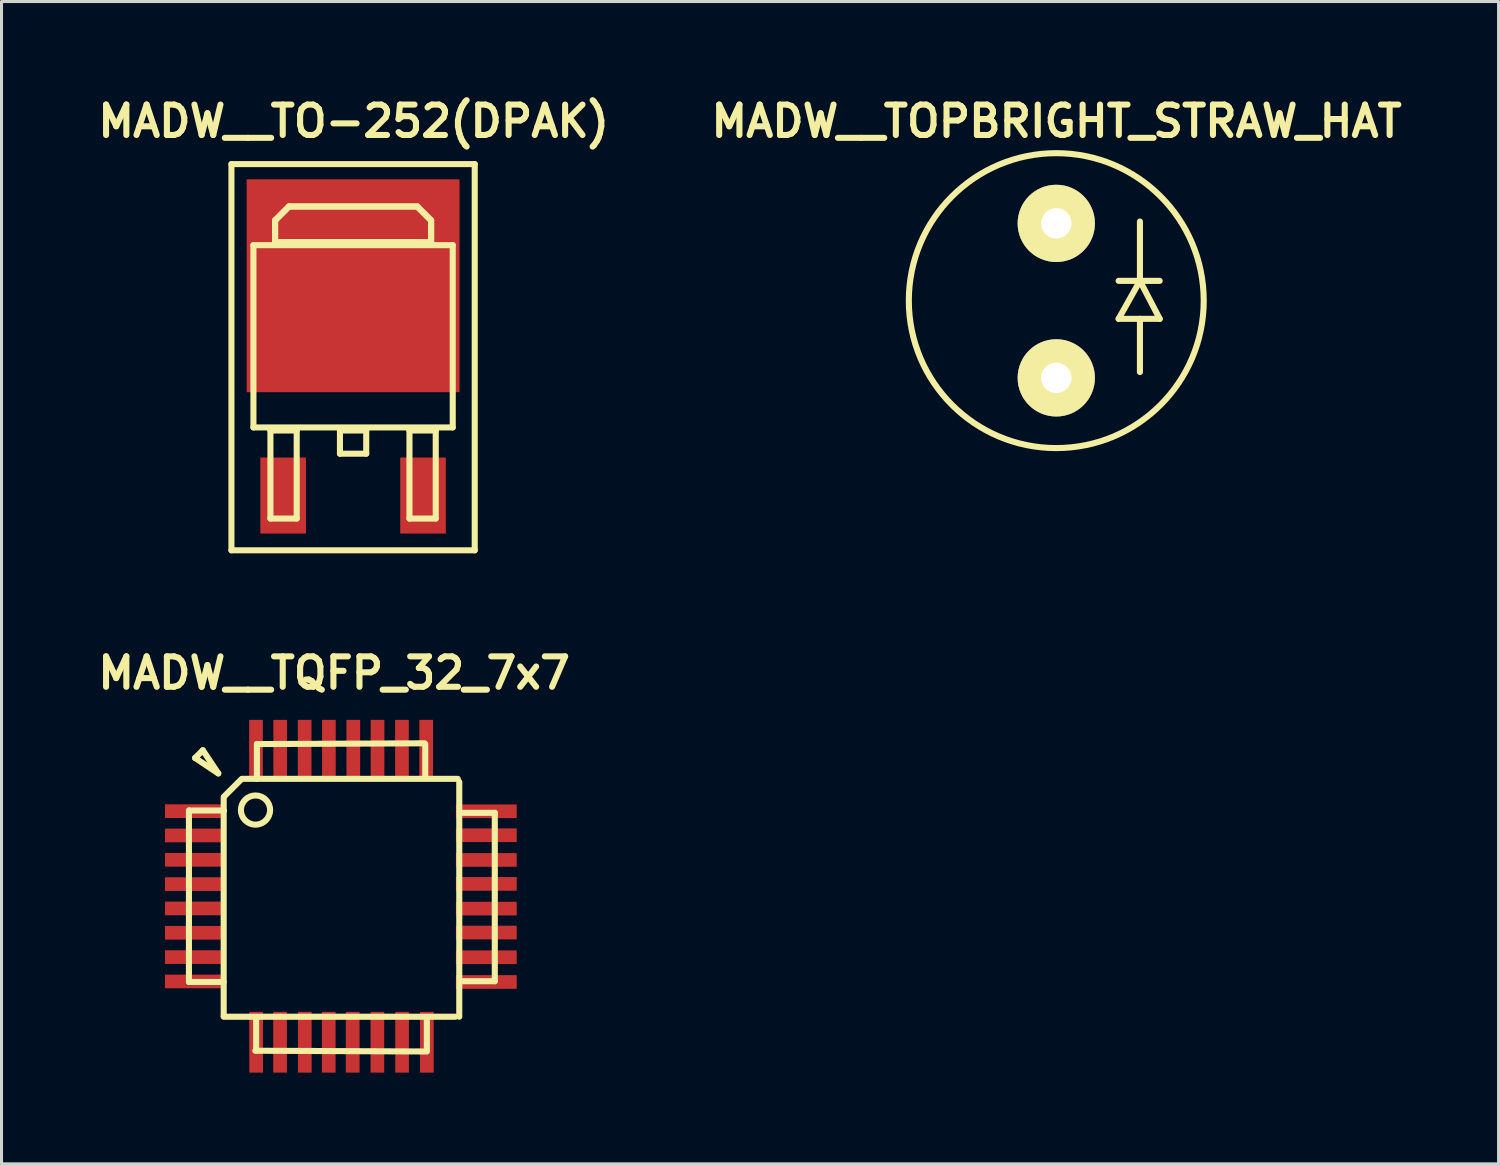
<source format=kicad_pcb>
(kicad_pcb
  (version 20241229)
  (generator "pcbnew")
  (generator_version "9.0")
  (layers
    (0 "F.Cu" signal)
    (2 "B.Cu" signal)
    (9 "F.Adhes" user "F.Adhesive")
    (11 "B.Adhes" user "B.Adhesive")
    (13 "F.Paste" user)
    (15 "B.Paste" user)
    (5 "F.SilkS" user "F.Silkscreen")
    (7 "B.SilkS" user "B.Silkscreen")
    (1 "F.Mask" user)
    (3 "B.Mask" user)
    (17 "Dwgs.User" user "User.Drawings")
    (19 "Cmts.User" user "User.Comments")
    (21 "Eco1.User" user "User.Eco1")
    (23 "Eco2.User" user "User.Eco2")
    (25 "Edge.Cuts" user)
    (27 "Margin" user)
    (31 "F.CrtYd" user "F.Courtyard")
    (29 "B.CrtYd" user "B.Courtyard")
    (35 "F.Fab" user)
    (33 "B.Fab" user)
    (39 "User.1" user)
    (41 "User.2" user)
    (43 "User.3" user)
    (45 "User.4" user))
  (footprint "MADW__TOPBRIGHT_STRAW_HAT"
    (layer "F.Cu")
    (at 31.685 6.836)
    (property "Reference" "MADW__TOPBRIGHT_STRAW_HAT" (at 0.01 -5.9 0) (layer "F.SilkS") (effects (font (size 1 1) (thickness 0.2))))
    (attr through_hole)
    (fp_line (start 2.05 -0.65) (end 3.401 -0.65) (stroke (width 0.2) (type solid)) (layer "F.SilkS"))
    (fp_line (start 2.05 0.599) (end 3.401 0.599) (stroke (width 0.2) (type solid)) (layer "F.SilkS"))
    (fp_line (start 2.751 -0.65) (end 2.05 0.599) (stroke (width 0.2) (type solid)) (layer "F.SilkS"))
    (fp_line (start 2.751 -0.65) (end 2.751 -2.601) (stroke (width 0.2) (type solid)) (layer "F.SilkS"))
    (fp_line (start 2.751 0.599) (end 2.751 2.349) (stroke (width 0.2) (type solid)) (layer "F.SilkS"))
    (fp_line (start 3.401 0.599) (end 2.751 -0.65) (stroke (width 0.2) (type solid)) (layer "F.SilkS"))
    (fp_circle (center 0 0) (end 4.849 0) (stroke (width 0.2) (type solid)) (fill no) (layer "F.SilkS"))
    (pad "1" thru_hole circle (at 0 2.54) (size 2.54 2.54) (drill 1.001) (layers "*.Cu" "*.Mask" "F.SilkS"))
    (pad "2" thru_hole circle (at 0 -2.54) (size 2.54 2.54) (drill 1.001) (layers "*.Cu" "*.Mask" "F.SilkS")))
  (footprint "MADW__TO-252(DPAK)"
    (layer "F.Cu")
    (at 8.561 8.846)
    (property "Reference" "MADW__TO-252(DPAK)" (at 0.02 -7.91 0) (layer "F.SilkS") (effects (font (size 1 1) (thickness 0.2))))
    (attr smd)
    (fp_line (start -4 -6.5) (end 4 -6.5) (stroke (width 0.2) (type solid)) (layer "F.SilkS"))
    (fp_line (start -4 6.2) (end -4 -6.5) (stroke (width 0.2) (type solid)) (layer "F.SilkS"))
    (fp_line (start -3.277 -3.833) (end 3.277 -3.833) (stroke (width 0.2) (type solid)) (layer "F.SilkS"))
    (fp_line (start -3.277 2.159) (end -3.277 -3.835) (stroke (width 0.2) (type solid)) (layer "F.SilkS"))
    (fp_line (start -2.718 2.261) (end -1.854 2.261) (stroke (width 0.2) (type solid)) (layer "F.SilkS"))
    (fp_line (start -2.718 5.156) (end -2.718 2.261) (stroke (width 0.2) (type solid)) (layer "F.SilkS"))
    (fp_line (start -2.718 5.156) (end -1.854 5.156) (stroke (width 0.2) (type solid)) (layer "F.SilkS"))
    (fp_line (start -2.565 -4.648) (end -2.108 -5.105) (stroke (width 0.2) (type solid)) (layer "F.SilkS"))
    (fp_line (start -2.565 -4.648) (end -2.108 -5.105) (stroke (width 0.2) (type solid)) (layer "F.SilkS"))
    (fp_line (start -2.565 -3.937) (end -2.565 -4.648) (stroke (width 0.2) (type solid)) (layer "F.SilkS"))
    (fp_line (start -2.565 -3.937) (end -2.565 -4.648) (stroke (width 0.2) (type solid)) (layer "F.SilkS"))
    (fp_line (start -2.108 -5.105) (end 2.108 -5.105) (stroke (width 0.2) (type solid)) (layer "F.SilkS"))
    (fp_line (start -2.108 -5.105) (end 2.108 -5.105) (stroke (width 0.2) (type solid)) (layer "F.SilkS"))
    (fp_line (start -1.854 5.156) (end -1.854 2.261) (stroke (width 0.2) (type solid)) (layer "F.SilkS"))
    (fp_line (start -0.432 2.261) (end 0.432 2.261) (stroke (width 0.2) (type solid)) (layer "F.SilkS"))
    (fp_line (start -0.432 3.023) (end -0.432 2.261) (stroke (width 0.2) (type solid)) (layer "F.SilkS"))
    (fp_line (start -0.432 3.023) (end 0.432 3.023) (stroke (width 0.2) (type solid)) (layer "F.SilkS"))
    (fp_line (start 0.432 3.023) (end 0.432 2.261) (stroke (width 0.2) (type solid)) (layer "F.SilkS"))
    (fp_line (start 1.854 2.261) (end 2.718 2.261) (stroke (width 0.2) (type solid)) (layer "F.SilkS"))
    (fp_line (start 1.854 5.156) (end 1.854 2.261) (stroke (width 0.2) (type solid)) (layer "F.SilkS"))
    (fp_line (start 1.854 5.156) (end 2.718 5.156) (stroke (width 0.2) (type solid)) (layer "F.SilkS"))
    (fp_line (start 2.108 -5.105) (end 2.565 -4.648) (stroke (width 0.2) (type solid)) (layer "F.SilkS"))
    (fp_line (start 2.108 -5.105) (end 2.565 -4.648) (stroke (width 0.2) (type solid)) (layer "F.SilkS"))
    (fp_line (start 2.565 -4.648) (end 2.565 -3.937) (stroke (width 0.2) (type solid)) (layer "F.SilkS"))
    (fp_line (start 2.565 -4.648) (end 2.565 -3.937) (stroke (width 0.2) (type solid)) (layer "F.SilkS"))
    (fp_line (start 2.565 -3.937) (end -2.565 -3.937) (stroke (width 0.2) (type solid)) (layer "F.SilkS"))
    (fp_line (start 2.565 -3.937) (end -2.565 -3.937) (stroke (width 0.2) (type solid)) (layer "F.SilkS"))
    (fp_line (start 2.718 5.156) (end 2.718 2.261) (stroke (width 0.2) (type solid)) (layer "F.SilkS"))
    (fp_line (start 3.277 -3.835) (end 3.277 2.159) (stroke (width 0.2) (type solid)) (layer "F.SilkS"))
    (fp_line (start 3.277 2.159) (end -3.277 2.159) (stroke (width 0.2) (type solid)) (layer "F.SilkS"))
    (fp_line (start 4 -6.5) (end 4 6.2) (stroke (width 0.2) (type solid)) (layer "F.SilkS"))
    (fp_line (start 4 6.2) (end -4 6.2) (stroke (width 0.2) (type solid)) (layer "F.SilkS"))
    (pad "1" smd rect (at -2.3 4.4) (size 1.5 2.5) (layers "F.Cu" "F.Mask" "F.Paste"))
    (pad "2" smd rect (at 0 -2.499) (size 7 7) (layers "F.Cu" "F.Mask" "F.Paste"))
    (pad "3" smd rect (at 2.3 4.4) (size 1.5 2.5) (layers "F.Cu" "F.Mask" "F.Paste")))
  (footprint "MADW__TQFP_32_7x7"
    (layer "F.Cu")
    (at 8.192 26.448)
    (property "Reference" "MADW__TQFP_32_7x7" (at -0.254 -7.366 0) (layer "F.SilkS") (effects (font (size 1 1) (thickness 0.2))))
    (attr through_hole)
    (fp_line (start -5.029 -2.845) (end -5.029 2.794) (stroke (width 0.2) (type solid)) (layer "F.SilkS"))
    (fp_line (start -5.029 2.794) (end -3.886 2.794) (stroke (width 0.2) (type solid)) (layer "F.SilkS"))
    (fp_line (start -5.024 -2.845) (end -3.876 -2.845) (stroke (width 0.2) (type solid)) (layer "F.SilkS"))
    (fp_line (start -4.826 -4.572) (end -4.064 -4.064) (stroke (width 0.2) (type solid)) (layer "F.SilkS"))
    (fp_line (start -4.572 -4.826) (end -4.826 -4.572) (stroke (width 0.2) (type solid)) (layer "F.SilkS"))
    (fp_line (start -4.064 -4.064) (end -4.572 -4.826) (stroke (width 0.2) (type solid)) (layer "F.SilkS"))
    (fp_line (start -3.886 -3.277) (end -3.886 3.912) (stroke (width 0.2) (type solid)) (layer "F.SilkS"))
    (fp_line (start -3.886 3.937) (end 3.734 3.937) (stroke (width 0.2) (type solid)) (layer "F.SilkS"))
    (fp_line (start -3.876 -3.302) (end -3.292 -3.886) (stroke (width 0.2) (type solid)) (layer "F.SilkS"))
    (fp_line (start -3.251 -3.886) (end 3.81 -3.886) (stroke (width 0.2) (type solid)) (layer "F.SilkS"))
    (fp_line (start -2.845 5.055) (end 2.794 5.08) (stroke (width 0.2) (type solid)) (layer "F.SilkS"))
    (fp_line (start -2.819 3.988) (end -2.819 5.055) (stroke (width 0.2) (type solid)) (layer "F.SilkS"))
    (fp_line (start -2.794 -5.029) (end 2.718 -5.055) (stroke (width 0.2) (type solid)) (layer "F.SilkS"))
    (fp_line (start -2.794 -3.886) (end -2.794 -5.034) (stroke (width 0.2) (type solid)) (layer "F.SilkS"))
    (fp_line (start 2.743 -5.029) (end 2.743 -3.988) (stroke (width 0.2) (type solid)) (layer "F.SilkS"))
    (fp_line (start 2.794 3.962) (end 2.794 5.055) (stroke (width 0.2) (type solid)) (layer "F.SilkS"))
    (fp_line (start 3.861 3.937) (end 3.861 -3.785) (stroke (width 0.2) (type solid)) (layer "F.SilkS"))
    (fp_line (start 5.029 -2.769) (end 3.912 -2.769) (stroke (width 0.2) (type solid)) (layer "F.SilkS"))
    (fp_line (start 5.029 2.769) (end 3.886 2.769) (stroke (width 0.2) (type solid)) (layer "F.SilkS"))
    (fp_line (start 5.029 2.769) (end 5.029 -2.769) (stroke (width 0.2) (type solid)) (layer "F.SilkS"))
    (fp_circle (center -2.84 -2.86) (end -2.433 -2.606) (stroke (width 0.2) (type solid)) (fill no) (layer "F.SilkS"))
    (pad "1" smd rect (at -4.816 -2.824) (size 1.999 0.45) (layers "F.Cu" "F.Mask" "F.Paste"))
    (pad "2" smd rect (at -4.816 -2.024) (size 1.999 0.45) (layers "F.Cu" "F.Mask" "F.Paste"))
    (pad "3" smd rect (at -4.816 -1.224) (size 1.999 0.45) (layers "F.Cu" "F.Mask" "F.Paste"))
    (pad "4" smd rect (at -4.816 -0.424) (size 1.999 0.45) (layers "F.Cu" "F.Mask" "F.Paste"))
    (pad "5" smd rect (at -4.816 0.376) (size 1.999 0.45) (layers "F.Cu" "F.Mask" "F.Paste"))
    (pad "6" smd rect (at -4.816 1.176) (size 1.999 0.45) (layers "F.Cu" "F.Mask" "F.Paste"))
    (pad "7" smd rect (at -4.816 1.976) (size 1.999 0.45) (layers "F.Cu" "F.Mask" "F.Paste"))
    (pad "8" smd rect (at -4.816 2.776) (size 1.999 0.45) (layers "F.Cu" "F.Mask" "F.Paste"))
    (pad "9" smd rect (at -2.819 4.775) (size 0.45 1.999) (layers "F.Cu" "F.Mask" "F.Paste"))
    (pad "10" smd rect (at -2.032 4.775) (size 0.45 1.999) (layers "F.Cu" "F.Mask" "F.Paste"))
    (pad "11" smd rect (at -1.219 4.775) (size 0.45 1.999) (layers "F.Cu" "F.Mask" "F.Paste"))
    (pad "12" smd rect (at -0.432 4.775) (size 0.45 1.999) (layers "F.Cu" "F.Mask" "F.Paste"))
    (pad "13" smd rect (at 0.356 4.775) (size 0.45 1.999) (layers "F.Cu" "F.Mask" "F.Paste"))
    (pad "14" smd rect (at 1.168 4.775) (size 0.45 1.999) (layers "F.Cu" "F.Mask" "F.Paste"))
    (pad "15" smd rect (at 1.981 4.775) (size 0.45 1.999) (layers "F.Cu" "F.Mask" "F.Paste"))
    (pad "16" smd rect (at 2.794 4.775) (size 0.45 1.999) (layers "F.Cu" "F.Mask" "F.Paste"))
    (pad "17" smd rect (at 4.75 2.794) (size 1.999 0.45) (layers "F.Cu" "F.Mask" "F.Paste"))
    (pad "18" smd rect (at 4.75 1.981) (size 1.999 0.45) (layers "F.Cu" "F.Mask" "F.Paste"))
    (pad "19" smd rect (at 4.75 1.168) (size 1.999 0.45) (layers "F.Cu" "F.Mask" "F.Paste"))
    (pad "20" smd rect (at 4.75 0.381) (size 1.999 0.45) (layers "F.Cu" "F.Mask" "F.Paste"))
    (pad "21" smd rect (at 4.75 -0.432) (size 1.999 0.45) (layers "F.Cu" "F.Mask" "F.Paste"))
    (pad "22" smd rect (at 4.75 -1.219) (size 1.999 0.45) (layers "F.Cu" "F.Mask" "F.Paste"))
    (pad "23" smd rect (at 4.75 -2.032) (size 1.999 0.45) (layers "F.Cu" "F.Mask" "F.Paste"))
    (pad "24" smd rect (at 4.75 -2.819) (size 1.999 0.45) (layers "F.Cu" "F.Mask" "F.Paste"))
    (pad "25" smd rect (at 2.774 -4.826) (size 0.45 1.999) (layers "F.Cu" "F.Mask" "F.Paste"))
    (pad "26" smd rect (at 1.976 -4.826) (size 0.45 1.999) (layers "F.Cu" "F.Mask" "F.Paste"))
    (pad "27" smd rect (at 1.173 -4.826) (size 0.45 1.999) (layers "F.Cu" "F.Mask" "F.Paste"))
    (pad "28" smd rect (at 0.376 -4.826) (size 0.45 1.999) (layers "F.Cu" "F.Mask" "F.Paste"))
    (pad "29" smd rect (at -0.427 -4.826) (size 0.45 1.999) (layers "F.Cu" "F.Mask" "F.Paste"))
    (pad "30" smd rect (at -1.224 -4.826) (size 0.45 1.999) (layers "F.Cu" "F.Mask" "F.Paste"))
    (pad "31" smd rect (at -2.027 -4.826) (size 0.45 1.999) (layers "F.Cu" "F.Mask" "F.Paste"))
    (pad "32" smd rect (at -2.824 -4.826) (size 0.45 1.999) (layers "F.Cu" "F.Mask" "F.Paste")))
  (gr_rect
    (start -3 -3)
    (end 46.229 35.223)
    (stroke (width 0.1) (type default))
    (fill no)
    (layer "Edge.Cuts")))
</source>
